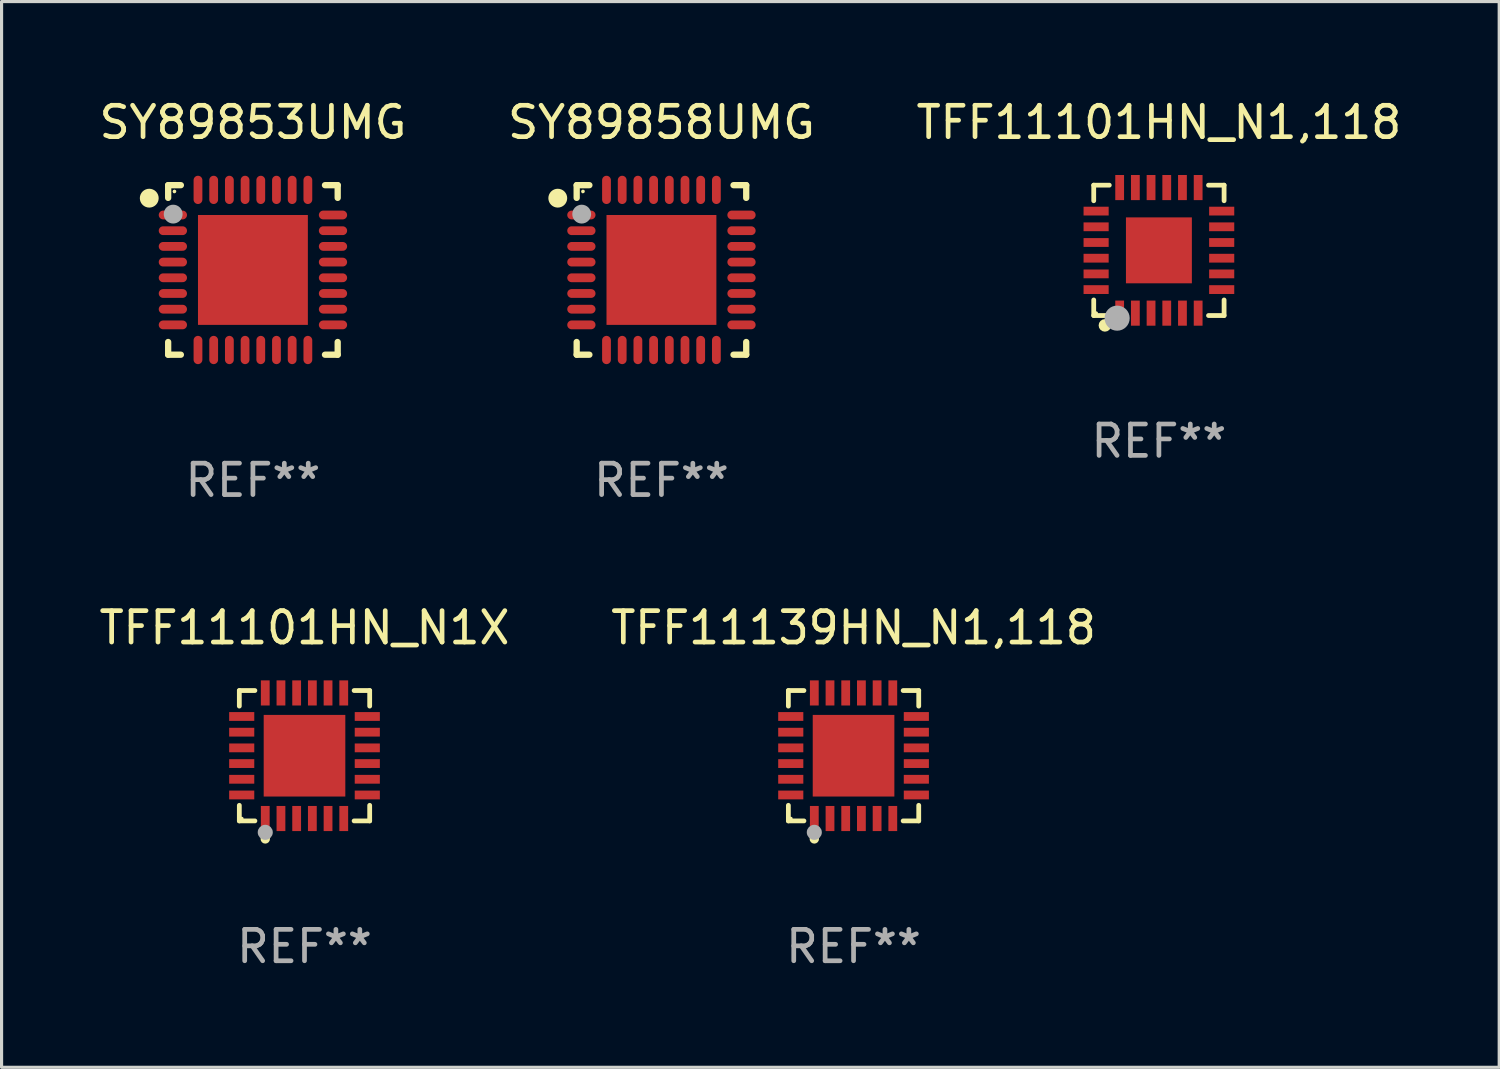
<source format=kicad_pcb>
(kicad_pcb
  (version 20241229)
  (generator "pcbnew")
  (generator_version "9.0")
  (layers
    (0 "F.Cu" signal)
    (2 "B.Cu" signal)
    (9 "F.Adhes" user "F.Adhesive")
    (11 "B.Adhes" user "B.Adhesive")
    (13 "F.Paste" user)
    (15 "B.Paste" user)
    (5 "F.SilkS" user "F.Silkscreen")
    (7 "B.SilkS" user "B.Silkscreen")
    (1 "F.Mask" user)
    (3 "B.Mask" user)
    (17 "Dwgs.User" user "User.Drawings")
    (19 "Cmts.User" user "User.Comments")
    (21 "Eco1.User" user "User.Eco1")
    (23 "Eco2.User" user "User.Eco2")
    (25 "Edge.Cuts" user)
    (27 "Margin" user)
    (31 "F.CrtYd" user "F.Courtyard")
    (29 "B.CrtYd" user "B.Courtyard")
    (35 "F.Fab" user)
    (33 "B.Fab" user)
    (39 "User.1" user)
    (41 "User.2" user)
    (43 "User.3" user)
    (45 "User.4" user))
  (footprint "SY89858UMG"
    (layer "F.Cu")
    (at 18.018 5.548)
    (property "Reference" "SY89858UMG" (at 0 -4.7 0) (layer "F.SilkS") (effects (font (size 1 1) (thickness 0.15))))
    (attr through_hole)
    (fp_line (start -2.7 -2.7) (end -2.295 -2.7) (stroke (width 0.2) (type solid)) (layer "F.SilkS"))
    (fp_line (start -2.7 -2.295) (end -2.7 -2.7) (stroke (width 0.2) (type solid)) (layer "F.SilkS"))
    (fp_line (start -2.7 2.295) (end -2.7 2.7) (stroke (width 0.2) (type solid)) (layer "F.SilkS"))
    (fp_line (start -2.7 2.7) (end -2.295 2.7) (stroke (width 0.2) (type solid)) (layer "F.SilkS"))
    (fp_line (start 2.295 -2.7) (end 2.7 -2.7) (stroke (width 0.2) (type solid)) (layer "F.SilkS"))
    (fp_line (start 2.295 2.7) (end 2.7 2.7) (stroke (width 0.2) (type solid)) (layer "F.SilkS"))
    (fp_line (start 2.7 -2.7) (end 2.7 -2.295) (stroke (width 0.2) (type solid)) (layer "F.SilkS"))
    (fp_line (start 2.7 2.7) (end 2.7 2.295) (stroke (width 0.2) (type solid)) (layer "F.SilkS"))
    (fp_circle (center -3.302 -2.286) (end -3.152 -2.286) (stroke (width 0.3) (type solid)) (fill no) (layer "F.SilkS"))
    (fp_circle (center -2.5 -2.5) (end -2.47 -2.5) (stroke (width 0.06) (type solid)) (fill no) (layer "F.SilkS"))
    (fp_circle (center -2.54 -1.778) (end -2.39 -1.778) (stroke (width 0.3) (type solid)) (fill no) (layer "F.Fab"))
    (fp_text user "REF**" (at 0 6.7 0) (layer "F.Fab") (effects (font (size 1 1) (thickness 0.15))))
    (pad "1" smd oval (at -2.55 -1.75 90) (size 0.28 0.9) (layers "F.Cu" "F.Mask" "F.Paste"))
    (pad "2" smd oval (at -2.55 -1.25 90) (size 0.28 0.9) (layers "F.Cu" "F.Mask" "F.Paste"))
    (pad "3" smd oval (at -2.55 -0.75 90) (size 0.28 0.9) (layers "F.Cu" "F.Mask" "F.Paste"))
    (pad "4" smd oval (at -2.55 -0.25 90) (size 0.28 0.9) (layers "F.Cu" "F.Mask" "F.Paste"))
    (pad "5" smd oval (at -2.55 0.25 90) (size 0.28 0.9) (layers "F.Cu" "F.Mask" "F.Paste"))
    (pad "6" smd oval (at -2.55 0.75 90) (size 0.28 0.9) (layers "F.Cu" "F.Mask" "F.Paste"))
    (pad "7" smd oval (at -2.55 1.25 90) (size 0.28 0.9) (layers "F.Cu" "F.Mask" "F.Paste"))
    (pad "8" smd oval (at -2.55 1.75 90) (size 0.28 0.9) (layers "F.Cu" "F.Mask" "F.Paste"))
    (pad "9" smd oval (at -1.75 2.55) (size 0.28 0.9) (layers "F.Cu" "F.Mask" "F.Paste"))
    (pad "10" smd oval (at -1.25 2.55) (size 0.28 0.9) (layers "F.Cu" "F.Mask" "F.Paste"))
    (pad "11" smd oval (at -0.75 2.55) (size 0.28 0.9) (layers "F.Cu" "F.Mask" "F.Paste"))
    (pad "12" smd oval (at -0.25 2.55) (size 0.28 0.9) (layers "F.Cu" "F.Mask" "F.Paste"))
    (pad "13" smd oval (at 0.25 2.55) (size 0.28 0.9) (layers "F.Cu" "F.Mask" "F.Paste"))
    (pad "14" smd oval (at 0.75 2.55) (size 0.28 0.9) (layers "F.Cu" "F.Mask" "F.Paste"))
    (pad "15" smd oval (at 1.25 2.55) (size 0.28 0.9) (layers "F.Cu" "F.Mask" "F.Paste"))
    (pad "16" smd oval (at 1.75 2.55) (size 0.28 0.9) (layers "F.Cu" "F.Mask" "F.Paste"))
    (pad "17" smd oval (at 2.55 1.75 90) (size 0.28 0.9) (layers "F.Cu" "F.Mask" "F.Paste"))
    (pad "18" smd oval (at 2.55 1.25 90) (size 0.28 0.9) (layers "F.Cu" "F.Mask" "F.Paste"))
    (pad "19" smd oval (at 2.55 0.75 90) (size 0.28 0.9) (layers "F.Cu" "F.Mask" "F.Paste"))
    (pad "20" smd oval (at 2.55 0.25 90) (size 0.28 0.9) (layers "F.Cu" "F.Mask" "F.Paste"))
    (pad "21" smd oval (at 2.55 -0.25 90) (size 0.28 0.9) (layers "F.Cu" "F.Mask" "F.Paste"))
    (pad "22" smd oval (at 2.55 -0.75 90) (size 0.28 0.9) (layers "F.Cu" "F.Mask" "F.Paste"))
    (pad "23" smd oval (at 2.55 -1.25 90) (size 0.28 0.9) (layers "F.Cu" "F.Mask" "F.Paste"))
    (pad "24" smd oval (at 2.55 -1.75 90) (size 0.28 0.9) (layers "F.Cu" "F.Mask" "F.Paste"))
    (pad "25" smd oval (at 1.75 -2.55) (size 0.28 0.9) (layers "F.Cu" "F.Mask" "F.Paste"))
    (pad "26" smd oval (at 1.25 -2.55) (size 0.28 0.9) (layers "F.Cu" "F.Mask" "F.Paste"))
    (pad "27" smd oval (at 0.75 -2.55) (size 0.28 0.9) (layers "F.Cu" "F.Mask" "F.Paste"))
    (pad "28" smd oval (at 0.25 -2.55) (size 0.28 0.9) (layers "F.Cu" "F.Mask" "F.Paste"))
    (pad "29" smd oval (at -0.25 -2.55) (size 0.28 0.9) (layers "F.Cu" "F.Mask" "F.Paste"))
    (pad "30" smd oval (at -0.75 -2.55) (size 0.28 0.9) (layers "F.Cu" "F.Mask" "F.Paste"))
    (pad "31" smd oval (at -1.25 -2.55) (size 0.28 0.9) (layers "F.Cu" "F.Mask" "F.Paste"))
    (pad "32" smd oval (at -1.75 -2.55) (size 0.28 0.9) (layers "F.Cu" "F.Mask" "F.Paste"))
    (pad "33" smd rect (at 0 0) (size 3.5 3.5) (layers "F.Cu" "F.Mask" "F.Paste")))
  (footprint "TFF11101HN_N1X"
    (layer "F.Cu")
    (at 6.649 21.021)
    (property "Reference" "TFF11101HN_N1X" (at 0 -4.076 0) (layer "F.SilkS") (effects (font (size 1 1) (thickness 0.15))))
    (attr through_hole)
    (fp_line (start -2.076 -2.076) (end -1.58 -2.076) (stroke (width 0.152) (type solid)) (layer "F.SilkS"))
    (fp_line (start -2.076 -1.58) (end -2.076 -2.076) (stroke (width 0.152) (type solid)) (layer "F.SilkS"))
    (fp_line (start -2.076 1.58) (end -2.076 2.076) (stroke (width 0.152) (type solid)) (layer "F.SilkS"))
    (fp_line (start -2.076 2.076) (end -1.58 2.076) (stroke (width 0.152) (type solid)) (layer "F.SilkS"))
    (fp_line (start 2.076 -2.076) (end 1.58 -2.076) (stroke (width 0.152) (type solid)) (layer "F.SilkS"))
    (fp_line (start 2.076 -1.58) (end 2.076 -2.076) (stroke (width 0.152) (type solid)) (layer "F.SilkS"))
    (fp_line (start 2.076 1.58) (end 2.076 2.076) (stroke (width 0.152) (type solid)) (layer "F.SilkS"))
    (fp_line (start 2.076 2.076) (end 1.58 2.076) (stroke (width 0.152) (type solid)) (layer "F.SilkS"))
    (fp_circle (center -2 2) (end -1.97 2) (stroke (width 0.06) (type solid)) (fill no) (layer "F.SilkS"))
    (fp_circle (center -1.25 2.65) (end -1.175 2.65) (stroke (width 0.15) (type solid)) (fill no) (layer "F.SilkS"))
    (fp_circle (center -1.25 2.44) (end -1.13 2.44) (stroke (width 0.24) (type solid)) (fill no) (layer "F.Fab"))
    (fp_text user "REF**" (at 0 6.076 0) (layer "F.Fab") (effects (font (size 1 1) (thickness 0.15))))
    (pad "1" smd rect (at -1.25 2) (size 0.28 0.8) (layers "F.Cu" "F.Mask" "F.Paste"))
    (pad "2" smd rect (at -0.75 2) (size 0.28 0.8) (layers "F.Cu" "F.Mask" "F.Paste"))
    (pad "3" smd rect (at -0.25 2) (size 0.28 0.8) (layers "F.Cu" "F.Mask" "F.Paste"))
    (pad "4" smd rect (at 0.25 2) (size 0.28 0.8) (layers "F.Cu" "F.Mask" "F.Paste"))
    (pad "5" smd rect (at 0.75 2) (size 0.28 0.8) (layers "F.Cu" "F.Mask" "F.Paste"))
    (pad "6" smd rect (at 1.25 2) (size 0.28 0.8) (layers "F.Cu" "F.Mask" "F.Paste"))
    (pad "7" smd rect (at 2 1.25) (size 0.8 0.28) (layers "F.Cu" "F.Mask" "F.Paste"))
    (pad "8" smd rect (at 2 0.75) (size 0.8 0.28) (layers "F.Cu" "F.Mask" "F.Paste"))
    (pad "9" smd rect (at 2 0.25) (size 0.8 0.28) (layers "F.Cu" "F.Mask" "F.Paste"))
    (pad "10" smd rect (at 2 -0.25) (size 0.8 0.28) (layers "F.Cu" "F.Mask" "F.Paste"))
    (pad "11" smd rect (at 2 -0.75) (size 0.8 0.28) (layers "F.Cu" "F.Mask" "F.Paste"))
    (pad "12" smd rect (at 2 -1.25) (size 0.8 0.28) (layers "F.Cu" "F.Mask" "F.Paste"))
    (pad "13" smd rect (at 1.25 -2) (size 0.28 0.8) (layers "F.Cu" "F.Mask" "F.Paste"))
    (pad "14" smd rect (at 0.75 -2) (size 0.28 0.8) (layers "F.Cu" "F.Mask" "F.Paste"))
    (pad "15" smd rect (at 0.25 -2) (size 0.28 0.8) (layers "F.Cu" "F.Mask" "F.Paste"))
    (pad "16" smd rect (at -0.25 -2) (size 0.28 0.8) (layers "F.Cu" "F.Mask" "F.Paste"))
    (pad "17" smd rect (at -0.75 -2) (size 0.28 0.8) (layers "F.Cu" "F.Mask" "F.Paste"))
    (pad "18" smd rect (at -1.25 -2) (size 0.28 0.8) (layers "F.Cu" "F.Mask" "F.Paste"))
    (pad "19" smd rect (at -2 -1.25) (size 0.8 0.28) (layers "F.Cu" "F.Mask" "F.Paste"))
    (pad "20" smd rect (at -2 -0.75) (size 0.8 0.28) (layers "F.Cu" "F.Mask" "F.Paste"))
    (pad "21" smd rect (at -2 -0.25) (size 0.8 0.28) (layers "F.Cu" "F.Mask" "F.Paste"))
    (pad "22" smd rect (at -2 0.25) (size 0.8 0.28) (layers "F.Cu" "F.Mask" "F.Paste"))
    (pad "23" smd rect (at -2 0.75) (size 0.8 0.28) (layers "F.Cu" "F.Mask" "F.Paste"))
    (pad "24" smd rect (at -2 1.25) (size 0.8 0.28) (layers "F.Cu" "F.Mask" "F.Paste"))
    (pad "25" smd rect (at 0 0) (size 2.6 2.6) (layers "F.Cu" "F.Mask" "F.Paste")))
  (footprint "SY89853UMG"
    (layer "F.Cu")
    (at 5.006 5.548)
    (property "Reference" "SY89853UMG" (at 0 -4.7 0) (layer "F.SilkS") (effects (font (size 1 1) (thickness 0.15))))
    (attr through_hole)
    (fp_line (start -2.7 -2.7) (end -2.295 -2.7) (stroke (width 0.2) (type solid)) (layer "F.SilkS"))
    (fp_line (start -2.7 -2.295) (end -2.7 -2.7) (stroke (width 0.2) (type solid)) (layer "F.SilkS"))
    (fp_line (start -2.7 2.295) (end -2.7 2.7) (stroke (width 0.2) (type solid)) (layer "F.SilkS"))
    (fp_line (start -2.7 2.7) (end -2.295 2.7) (stroke (width 0.2) (type solid)) (layer "F.SilkS"))
    (fp_line (start 2.295 -2.7) (end 2.7 -2.7) (stroke (width 0.2) (type solid)) (layer "F.SilkS"))
    (fp_line (start 2.295 2.7) (end 2.7 2.7) (stroke (width 0.2) (type solid)) (layer "F.SilkS"))
    (fp_line (start 2.7 -2.7) (end 2.7 -2.295) (stroke (width 0.2) (type solid)) (layer "F.SilkS"))
    (fp_line (start 2.7 2.7) (end 2.7 2.295) (stroke (width 0.2) (type solid)) (layer "F.SilkS"))
    (fp_circle (center -3.302 -2.286) (end -3.152 -2.286) (stroke (width 0.3) (type solid)) (fill no) (layer "F.SilkS"))
    (fp_circle (center -2.5 -2.5) (end -2.47 -2.5) (stroke (width 0.06) (type solid)) (fill no) (layer "F.SilkS"))
    (fp_circle (center -2.54 -1.778) (end -2.39 -1.778) (stroke (width 0.3) (type solid)) (fill no) (layer "F.Fab"))
    (fp_text user "REF**" (at 0 6.7 0) (layer "F.Fab") (effects (font (size 1 1) (thickness 0.15))))
    (pad "1" smd oval (at -2.55 -1.75 90) (size 0.28 0.9) (layers "F.Cu" "F.Mask" "F.Paste"))
    (pad "2" smd oval (at -2.55 -1.25 90) (size 0.28 0.9) (layers "F.Cu" "F.Mask" "F.Paste"))
    (pad "3" smd oval (at -2.55 -0.75 90) (size 0.28 0.9) (layers "F.Cu" "F.Mask" "F.Paste"))
    (pad "4" smd oval (at -2.55 -0.25 90) (size 0.28 0.9) (layers "F.Cu" "F.Mask" "F.Paste"))
    (pad "5" smd oval (at -2.55 0.25 90) (size 0.28 0.9) (layers "F.Cu" "F.Mask" "F.Paste"))
    (pad "6" smd oval (at -2.55 0.75 90) (size 0.28 0.9) (layers "F.Cu" "F.Mask" "F.Paste"))
    (pad "7" smd oval (at -2.55 1.25 90) (size 0.28 0.9) (layers "F.Cu" "F.Mask" "F.Paste"))
    (pad "8" smd oval (at -2.55 1.75 90) (size 0.28 0.9) (layers "F.Cu" "F.Mask" "F.Paste"))
    (pad "9" smd oval (at -1.75 2.55) (size 0.28 0.9) (layers "F.Cu" "F.Mask" "F.Paste"))
    (pad "10" smd oval (at -1.25 2.55) (size 0.28 0.9) (layers "F.Cu" "F.Mask" "F.Paste"))
    (pad "11" smd oval (at -0.75 2.55) (size 0.28 0.9) (layers "F.Cu" "F.Mask" "F.Paste"))
    (pad "12" smd oval (at -0.25 2.55) (size 0.28 0.9) (layers "F.Cu" "F.Mask" "F.Paste"))
    (pad "13" smd oval (at 0.25 2.55) (size 0.28 0.9) (layers "F.Cu" "F.Mask" "F.Paste"))
    (pad "14" smd oval (at 0.75 2.55) (size 0.28 0.9) (layers "F.Cu" "F.Mask" "F.Paste"))
    (pad "15" smd oval (at 1.25 2.55) (size 0.28 0.9) (layers "F.Cu" "F.Mask" "F.Paste"))
    (pad "16" smd oval (at 1.75 2.55) (size 0.28 0.9) (layers "F.Cu" "F.Mask" "F.Paste"))
    (pad "17" smd oval (at 2.55 1.75 90) (size 0.28 0.9) (layers "F.Cu" "F.Mask" "F.Paste"))
    (pad "18" smd oval (at 2.55 1.25 90) (size 0.28 0.9) (layers "F.Cu" "F.Mask" "F.Paste"))
    (pad "19" smd oval (at 2.55 0.75 90) (size 0.28 0.9) (layers "F.Cu" "F.Mask" "F.Paste"))
    (pad "20" smd oval (at 2.55 0.25 90) (size 0.28 0.9) (layers "F.Cu" "F.Mask" "F.Paste"))
    (pad "21" smd oval (at 2.55 -0.25 90) (size 0.28 0.9) (layers "F.Cu" "F.Mask" "F.Paste"))
    (pad "22" smd oval (at 2.55 -0.75 90) (size 0.28 0.9) (layers "F.Cu" "F.Mask" "F.Paste"))
    (pad "23" smd oval (at 2.55 -1.25 90) (size 0.28 0.9) (layers "F.Cu" "F.Mask" "F.Paste"))
    (pad "24" smd oval (at 2.55 -1.75 90) (size 0.28 0.9) (layers "F.Cu" "F.Mask" "F.Paste"))
    (pad "25" smd oval (at 1.75 -2.55) (size 0.28 0.9) (layers "F.Cu" "F.Mask" "F.Paste"))
    (pad "26" smd oval (at 1.25 -2.55) (size 0.28 0.9) (layers "F.Cu" "F.Mask" "F.Paste"))
    (pad "27" smd oval (at 0.75 -2.55) (size 0.28 0.9) (layers "F.Cu" "F.Mask" "F.Paste"))
    (pad "28" smd oval (at 0.25 -2.55) (size 0.28 0.9) (layers "F.Cu" "F.Mask" "F.Paste"))
    (pad "29" smd oval (at -0.25 -2.55) (size 0.28 0.9) (layers "F.Cu" "F.Mask" "F.Paste"))
    (pad "30" smd oval (at -0.75 -2.55) (size 0.28 0.9) (layers "F.Cu" "F.Mask" "F.Paste"))
    (pad "31" smd oval (at -1.25 -2.55) (size 0.28 0.9) (layers "F.Cu" "F.Mask" "F.Paste"))
    (pad "32" smd oval (at -1.75 -2.55) (size 0.28 0.9) (layers "F.Cu" "F.Mask" "F.Paste"))
    (pad "33" smd rect (at 0 0) (size 3.5 3.5) (layers "F.Cu" "F.Mask" "F.Paste")))
  (footprint "TFF11101HN_N1,118"
    (layer "F.Cu")
    (at 33.863 4.924)
    (property "Reference" "TFF11101HN_N1,118" (at 0 -4.076 0) (layer "F.SilkS") (effects (font (size 1 1) (thickness 0.15))))
    (attr through_hole)
    (fp_line (start -2.076 -2.076) (end -1.58 -2.076) (stroke (width 0.152) (type solid)) (layer "F.SilkS"))
    (fp_line (start -2.076 -1.58) (end -2.076 -2.076) (stroke (width 0.152) (type solid)) (layer "F.SilkS"))
    (fp_line (start -2.076 1.58) (end -2.076 2.076) (stroke (width 0.152) (type solid)) (layer "F.SilkS"))
    (fp_line (start -2.076 2.076) (end -1.58 2.076) (stroke (width 0.152) (type solid)) (layer "F.SilkS"))
    (fp_line (start 2.076 -2.076) (end 1.58 -2.076) (stroke (width 0.152) (type solid)) (layer "F.SilkS"))
    (fp_line (start 2.076 -1.58) (end 2.076 -2.076) (stroke (width 0.152) (type solid)) (layer "F.SilkS"))
    (fp_line (start 2.076 1.58) (end 2.076 2.076) (stroke (width 0.152) (type solid)) (layer "F.SilkS"))
    (fp_line (start 2.076 2.076) (end 1.58 2.076) (stroke (width 0.152) (type solid)) (layer "F.SilkS"))
    (fp_circle (center -2 2) (end -1.97 2) (stroke (width 0.06) (type solid)) (fill no) (layer "F.SilkS"))
    (fp_circle (center -1.72 2.39) (end -1.62 2.39) (stroke (width 0.2) (type solid)) (fill no) (layer "F.SilkS"))
    (fp_circle (center -1.33 2.16) (end -1.13 2.16) (stroke (width 0.4) (type solid)) (fill no) (layer "F.Fab"))
    (fp_text user "REF**" (at 0 6.076 0) (layer "F.Fab") (effects (font (size 1 1) (thickness 0.15))))
    (pad "1" smd rect (at -1.25 2) (size 0.28 0.8) (layers "F.Cu" "F.Mask" "F.Paste"))
    (pad "2" smd rect (at -0.75 2) (size 0.28 0.8) (layers "F.Cu" "F.Mask" "F.Paste"))
    (pad "3" smd rect (at -0.25 2) (size 0.28 0.8) (layers "F.Cu" "F.Mask" "F.Paste"))
    (pad "4" smd rect (at 0.25 2) (size 0.28 0.8) (layers "F.Cu" "F.Mask" "F.Paste"))
    (pad "5" smd rect (at 0.75 2) (size 0.28 0.8) (layers "F.Cu" "F.Mask" "F.Paste"))
    (pad "6" smd rect (at 1.25 2) (size 0.28 0.8) (layers "F.Cu" "F.Mask" "F.Paste"))
    (pad "7" smd rect (at 2 1.25) (size 0.8 0.28) (layers "F.Cu" "F.Mask" "F.Paste"))
    (pad "8" smd rect (at 2 0.75) (size 0.8 0.28) (layers "F.Cu" "F.Mask" "F.Paste"))
    (pad "9" smd rect (at 2 0.25) (size 0.8 0.28) (layers "F.Cu" "F.Mask" "F.Paste"))
    (pad "10" smd rect (at 2 -0.25) (size 0.8 0.28) (layers "F.Cu" "F.Mask" "F.Paste"))
    (pad "11" smd rect (at 2 -0.75) (size 0.8 0.28) (layers "F.Cu" "F.Mask" "F.Paste"))
    (pad "12" smd rect (at 2 -1.25) (size 0.8 0.28) (layers "F.Cu" "F.Mask" "F.Paste"))
    (pad "13" smd rect (at 1.25 -2) (size 0.28 0.8) (layers "F.Cu" "F.Mask" "F.Paste"))
    (pad "14" smd rect (at 0.75 -2) (size 0.28 0.8) (layers "F.Cu" "F.Mask" "F.Paste"))
    (pad "15" smd rect (at 0.25 -2) (size 0.28 0.8) (layers "F.Cu" "F.Mask" "F.Paste"))
    (pad "16" smd rect (at -0.25 -2) (size 0.28 0.8) (layers "F.Cu" "F.Mask" "F.Paste"))
    (pad "17" smd rect (at -0.75 -2) (size 0.28 0.8) (layers "F.Cu" "F.Mask" "F.Paste"))
    (pad "18" smd rect (at -1.25 -2) (size 0.28 0.8) (layers "F.Cu" "F.Mask" "F.Paste"))
    (pad "19" smd rect (at -2 -1.25) (size 0.8 0.28) (layers "F.Cu" "F.Mask" "F.Paste"))
    (pad "20" smd rect (at -2 -0.75) (size 0.8 0.28) (layers "F.Cu" "F.Mask" "F.Paste"))
    (pad "21" smd rect (at -2 -0.25) (size 0.8 0.28) (layers "F.Cu" "F.Mask" "F.Paste"))
    (pad "22" smd rect (at -2 0.25) (size 0.8 0.28) (layers "F.Cu" "F.Mask" "F.Paste"))
    (pad "23" smd rect (at -2 0.75) (size 0.8 0.28) (layers "F.Cu" "F.Mask" "F.Paste"))
    (pad "24" smd rect (at -2 1.25) (size 0.8 0.28) (layers "F.Cu" "F.Mask" "F.Paste"))
    (pad "25" smd rect (at 0 0) (size 2.1 2.1) (layers "F.Cu" "F.Mask" "F.Paste")))
  (footprint "TFF11139HN_N1,118"
    (layer "F.Cu")
    (at 24.137 21.021)
    (property "Reference" "TFF11139HN_N1,118" (at 0 -4.076 0) (layer "F.SilkS") (effects (font (size 1 1) (thickness 0.15))))
    (attr through_hole)
    (fp_line (start -2.076 -2.076) (end -1.58 -2.076) (stroke (width 0.152) (type solid)) (layer "F.SilkS"))
    (fp_line (start -2.076 -1.58) (end -2.076 -2.076) (stroke (width 0.152) (type solid)) (layer "F.SilkS"))
    (fp_line (start -2.076 1.58) (end -2.076 2.076) (stroke (width 0.152) (type solid)) (layer "F.SilkS"))
    (fp_line (start -2.076 2.076) (end -1.58 2.076) (stroke (width 0.152) (type solid)) (layer "F.SilkS"))
    (fp_line (start 2.076 -2.076) (end 1.58 -2.076) (stroke (width 0.152) (type solid)) (layer "F.SilkS"))
    (fp_line (start 2.076 -1.58) (end 2.076 -2.076) (stroke (width 0.152) (type solid)) (layer "F.SilkS"))
    (fp_line (start 2.076 1.58) (end 2.076 2.076) (stroke (width 0.152) (type solid)) (layer "F.SilkS"))
    (fp_line (start 2.076 2.076) (end 1.58 2.076) (stroke (width 0.152) (type solid)) (layer "F.SilkS"))
    (fp_circle (center -2 2) (end -1.97 2) (stroke (width 0.06) (type solid)) (fill no) (layer "F.SilkS"))
    (fp_circle (center -1.25 2.65) (end -1.175 2.65) (stroke (width 0.15) (type solid)) (fill no) (layer "F.SilkS"))
    (fp_circle (center -1.25 2.44) (end -1.13 2.44) (stroke (width 0.24) (type solid)) (fill no) (layer "F.Fab"))
    (fp_text user "REF**" (at 0 6.076 0) (layer "F.Fab") (effects (font (size 1 1) (thickness 0.15))))
    (pad "1" smd rect (at -1.25 2) (size 0.28 0.8) (layers "F.Cu" "F.Mask" "F.Paste"))
    (pad "2" smd rect (at -0.75 2) (size 0.28 0.8) (layers "F.Cu" "F.Mask" "F.Paste"))
    (pad "3" smd rect (at -0.25 2) (size 0.28 0.8) (layers "F.Cu" "F.Mask" "F.Paste"))
    (pad "4" smd rect (at 0.25 2) (size 0.28 0.8) (layers "F.Cu" "F.Mask" "F.Paste"))
    (pad "5" smd rect (at 0.75 2) (size 0.28 0.8) (layers "F.Cu" "F.Mask" "F.Paste"))
    (pad "6" smd rect (at 1.25 2) (size 0.28 0.8) (layers "F.Cu" "F.Mask" "F.Paste"))
    (pad "7" smd rect (at 2 1.25) (size 0.8 0.28) (layers "F.Cu" "F.Mask" "F.Paste"))
    (pad "8" smd rect (at 2 0.75) (size 0.8 0.28) (layers "F.Cu" "F.Mask" "F.Paste"))
    (pad "9" smd rect (at 2 0.25) (size 0.8 0.28) (layers "F.Cu" "F.Mask" "F.Paste"))
    (pad "10" smd rect (at 2 -0.25) (size 0.8 0.28) (layers "F.Cu" "F.Mask" "F.Paste"))
    (pad "11" smd rect (at 2 -0.75) (size 0.8 0.28) (layers "F.Cu" "F.Mask" "F.Paste"))
    (pad "12" smd rect (at 2 -1.25) (size 0.8 0.28) (layers "F.Cu" "F.Mask" "F.Paste"))
    (pad "13" smd rect (at 1.25 -2) (size 0.28 0.8) (layers "F.Cu" "F.Mask" "F.Paste"))
    (pad "14" smd rect (at 0.75 -2) (size 0.28 0.8) (layers "F.Cu" "F.Mask" "F.Paste"))
    (pad "15" smd rect (at 0.25 -2) (size 0.28 0.8) (layers "F.Cu" "F.Mask" "F.Paste"))
    (pad "16" smd rect (at -0.25 -2) (size 0.28 0.8) (layers "F.Cu" "F.Mask" "F.Paste"))
    (pad "17" smd rect (at -0.75 -2) (size 0.28 0.8) (layers "F.Cu" "F.Mask" "F.Paste"))
    (pad "18" smd rect (at -1.25 -2) (size 0.28 0.8) (layers "F.Cu" "F.Mask" "F.Paste"))
    (pad "19" smd rect (at -2 -1.25) (size 0.8 0.28) (layers "F.Cu" "F.Mask" "F.Paste"))
    (pad "20" smd rect (at -2 -0.75) (size 0.8 0.28) (layers "F.Cu" "F.Mask" "F.Paste"))
    (pad "21" smd rect (at -2 -0.25) (size 0.8 0.28) (layers "F.Cu" "F.Mask" "F.Paste"))
    (pad "22" smd rect (at -2 0.25) (size 0.8 0.28) (layers "F.Cu" "F.Mask" "F.Paste"))
    (pad "23" smd rect (at -2 0.75) (size 0.8 0.28) (layers "F.Cu" "F.Mask" "F.Paste"))
    (pad "24" smd rect (at -2 1.25) (size 0.8 0.28) (layers "F.Cu" "F.Mask" "F.Paste"))
    (pad "25" smd rect (at 0 0) (size 2.6 2.6) (layers "F.Cu" "F.Mask" "F.Paste")))
  (gr_rect
    (start -3 -3)
    (end 44.702 30.945)
    (stroke (width 0.1) (type default))
    (fill no)
    (layer "Edge.Cuts")))
</source>
